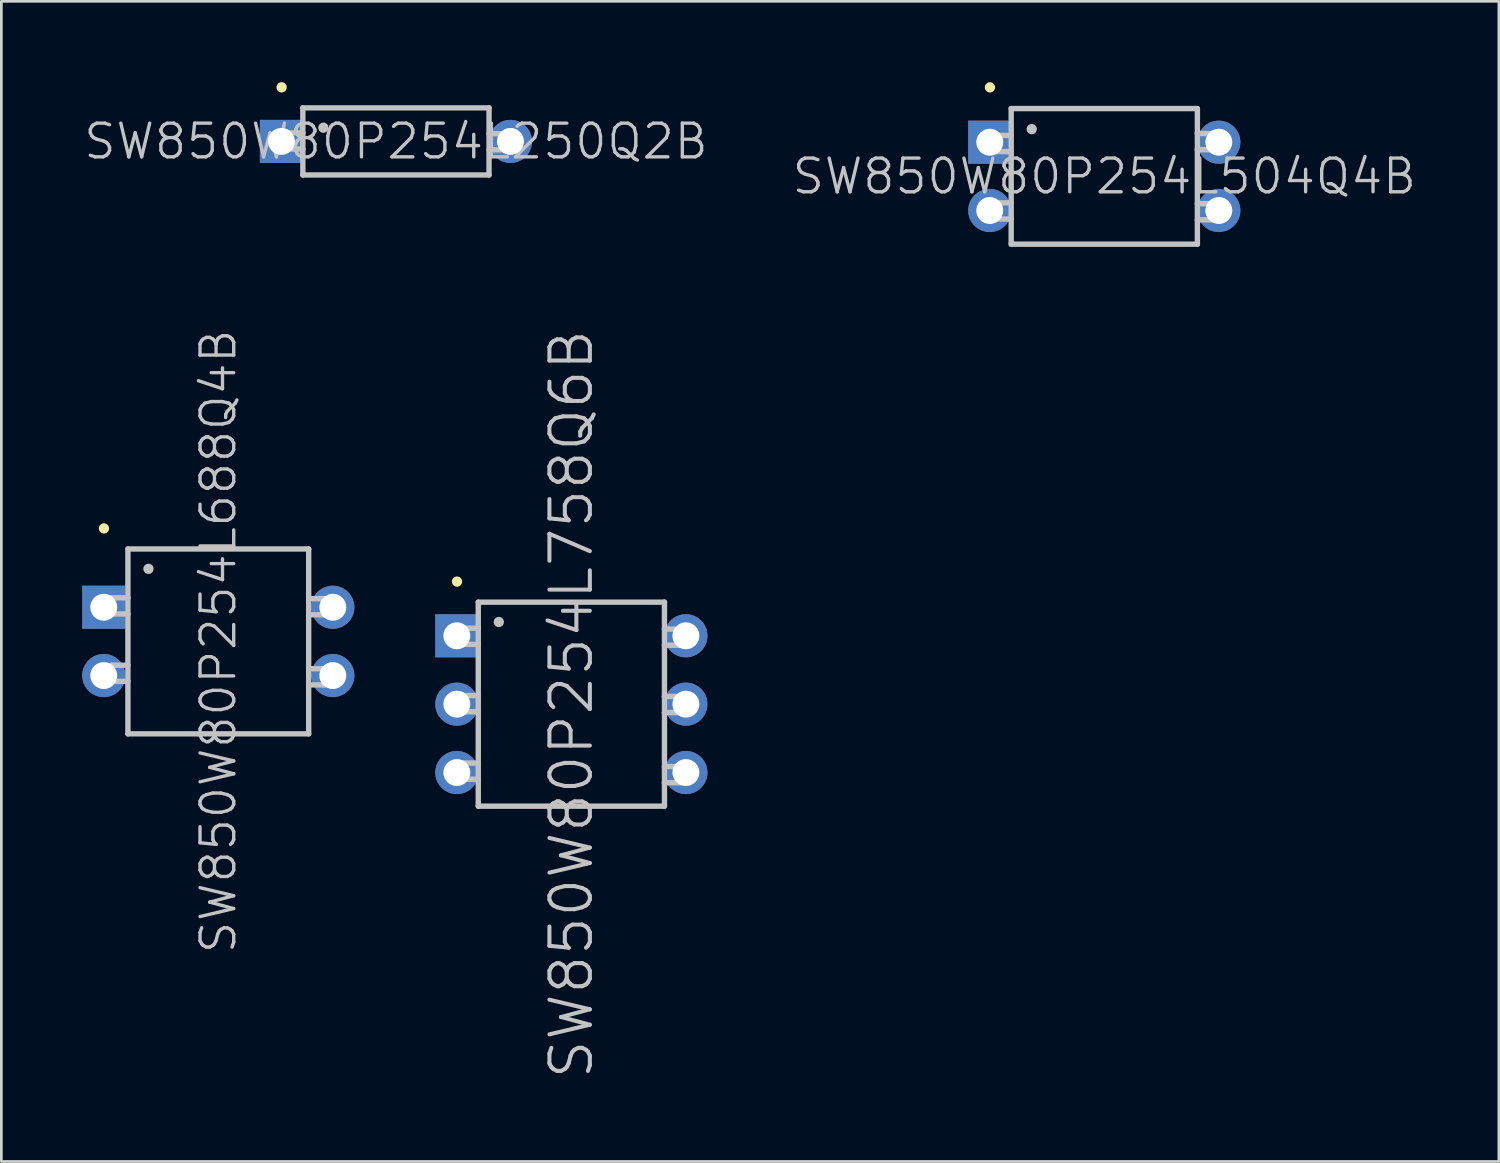
<source format=kicad_pcb>
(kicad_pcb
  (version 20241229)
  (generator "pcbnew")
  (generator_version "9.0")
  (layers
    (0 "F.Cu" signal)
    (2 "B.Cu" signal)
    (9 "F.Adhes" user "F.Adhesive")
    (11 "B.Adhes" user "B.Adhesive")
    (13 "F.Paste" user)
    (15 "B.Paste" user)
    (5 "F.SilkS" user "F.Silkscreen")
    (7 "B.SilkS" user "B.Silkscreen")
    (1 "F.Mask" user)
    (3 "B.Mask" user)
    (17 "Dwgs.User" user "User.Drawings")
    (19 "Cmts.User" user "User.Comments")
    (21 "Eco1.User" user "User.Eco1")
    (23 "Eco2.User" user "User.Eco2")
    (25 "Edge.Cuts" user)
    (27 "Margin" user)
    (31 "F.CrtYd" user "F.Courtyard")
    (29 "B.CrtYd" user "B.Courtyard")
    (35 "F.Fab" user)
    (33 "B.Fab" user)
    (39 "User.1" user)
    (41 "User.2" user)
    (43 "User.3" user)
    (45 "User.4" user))
  (footprint "SW850W80P254L504Q4B"
    (layer "F.Cu")
    (at 37.92 3.493)
    (property "Reference" "SW850W80P254L504Q4B" (at 0 0 0) (layer "Dwgs.User") (effects (font (size 1.25 1.25) (thickness 0.125))))
    (attr through_hole)
    (fp_line (start -4.242 -3.302) (end -4.242 -3.302) (stroke (width 0.381) (type solid)) (layer "F.SilkS"))
    (fp_line (start -4.056 -1.519) (end -4.056 -0.919) (stroke (width 0.2) (type solid)) (layer "Dwgs.User"))
    (fp_line (start -4.056 -0.919) (end -3.457 -0.919) (stroke (width 0.2) (type solid)) (layer "Dwgs.User"))
    (fp_line (start -4.056 0.983) (end -4.056 1.582) (stroke (width 0.2) (type solid)) (layer "Dwgs.User"))
    (fp_line (start -4.056 1.582) (end -3.457 1.582) (stroke (width 0.2) (type solid)) (layer "Dwgs.User"))
    (fp_line (start -3.457 -1.519) (end -4.056 -1.519) (stroke (width 0.2) (type solid)) (layer "Dwgs.User"))
    (fp_line (start -3.457 0.983) (end -4.056 0.983) (stroke (width 0.2) (type solid)) (layer "Dwgs.User"))
    (fp_line (start -3.454 -2.515) (end -3.454 2.515) (stroke (width 0.2) (type solid)) (layer "Dwgs.User"))
    (fp_line (start -3.454 -2.515) (end 3.454 -2.515) (stroke (width 0.2) (type solid)) (layer "Dwgs.User"))
    (fp_line (start -3.454 2.515) (end 3.454 2.515) (stroke (width 0.2) (type solid)) (layer "Dwgs.User"))
    (fp_line (start -2.692 -1.753) (end -2.692 -1.753) (stroke (width 0.381) (type solid)) (layer "Dwgs.User"))
    (fp_line (start 3.452 -0.988) (end 4.051 -0.988) (stroke (width 0.2) (type solid)) (layer "Dwgs.User"))
    (fp_line (start 3.452 1.613) (end 4.051 1.613) (stroke (width 0.2) (type solid)) (layer "Dwgs.User"))
    (fp_line (start 3.454 -2.515) (end 3.454 2.515) (stroke (width 0.2) (type solid)) (layer "Dwgs.User"))
    (fp_line (start 4.051 -1.587) (end 3.452 -1.587) (stroke (width 0.2) (type solid)) (layer "Dwgs.User"))
    (fp_line (start 4.051 -0.988) (end 4.051 -1.587) (stroke (width 0.2) (type solid)) (layer "Dwgs.User"))
    (fp_line (start 4.051 1.013) (end 3.452 1.013) (stroke (width 0.2) (type solid)) (layer "Dwgs.User"))
    (fp_line (start 4.051 1.613) (end 4.051 1.013) (stroke (width 0.2) (type solid)) (layer "Dwgs.User"))
    (pad "1" thru_hole rect (at -4.249 -1.267 180) (size 1.6 1.6) (drill 1) (layers "*.Cu" "*.Mask"))
    (pad "2" thru_hole circle (at -4.249 1.267 180) (size 1.6 1.6) (drill 1) (layers "*.Cu" "*.Mask"))
    (pad "3" thru_hole circle (at 4.249 1.267 180) (size 1.6 1.6) (drill 1) (layers "*.Cu" "*.Mask"))
    (pad "4" thru_hole circle (at 4.249 -1.267 180) (size 1.6 1.6) (drill 1) (layers "*.Cu" "*.Mask")))
  (footprint "SW850W80P254L250Q2B"
    (layer "F.Cu")
    (at 11.64 2.197)
    (property "Reference" "SW850W80P254L250Q2B" (at 0 0 0) (layer "Dwgs.User") (effects (font (size 1.25 1.25) (thickness 0.125))))
    (attr through_hole)
    (fp_line (start -4.242 -2.007) (end -4.242 -2.007) (stroke (width 0.381) (type solid)) (layer "F.SilkS"))
    (fp_line (start -4.051 -0.32) (end -4.051 0.279) (stroke (width 0.2) (type solid)) (layer "Dwgs.User"))
    (fp_line (start -4.051 0.279) (end -3.452 0.279) (stroke (width 0.2) (type solid)) (layer "Dwgs.User"))
    (fp_line (start -3.454 -1.245) (end -3.454 1.245) (stroke (width 0.2) (type solid)) (layer "Dwgs.User"))
    (fp_line (start -3.454 -1.245) (end 3.454 -1.245) (stroke (width 0.2) (type solid)) (layer "Dwgs.User"))
    (fp_line (start -3.454 1.245) (end 3.454 1.245) (stroke (width 0.2) (type solid)) (layer "Dwgs.User"))
    (fp_line (start -3.452 -0.32) (end -4.051 -0.32) (stroke (width 0.2) (type solid)) (layer "Dwgs.User"))
    (fp_line (start -2.692 -0.508) (end -2.692 -0.508) (stroke (width 0.381) (type solid)) (layer "Dwgs.User"))
    (fp_line (start 3.454 -1.245) (end 3.454 1.245) (stroke (width 0.2) (type solid)) (layer "Dwgs.User"))
    (fp_line (start 3.454 0.312) (end 4.054 0.312) (stroke (width 0.2) (type solid)) (layer "Dwgs.User"))
    (fp_line (start 4.054 -0.287) (end 3.454 -0.287) (stroke (width 0.2) (type solid)) (layer "Dwgs.User"))
    (fp_line (start 4.054 0.312) (end 4.054 -0.287) (stroke (width 0.2) (type solid)) (layer "Dwgs.User"))
    (pad "1" thru_hole rect (at -4.249 0 180) (size 1.6 1.6) (drill 1) (layers "*.Cu" "*.Mask"))
    (pad "2" thru_hole circle (at 4.249 0 180) (size 1.6 1.6) (drill 1) (layers "*.Cu" "*.Mask")))
  (footprint "SW850W80P254L758Q6B"
    (layer "F.Cu")
    (at 18.148 23.075)
    (property "Reference" "SW850W80P254L758Q6B" (at 0 0 90) (layer "Dwgs.User") (effects (font (size 1.5 1.5) (thickness 0.15))))
    (attr through_hole)
    (fp_line (start -4.242 -4.547) (end -4.242 -4.547) (stroke (width 0.381) (type solid)) (layer "F.SilkS"))
    (fp_line (start -4.056 -0.318) (end -4.056 0.282) (stroke (width 0.2) (type solid)) (layer "Dwgs.User"))
    (fp_line (start -4.056 0.282) (end -3.457 0.282) (stroke (width 0.2) (type solid)) (layer "Dwgs.User"))
    (fp_line (start -4.056 2.184) (end -4.056 2.784) (stroke (width 0.2) (type solid)) (layer "Dwgs.User"))
    (fp_line (start -4.056 2.784) (end -3.457 2.784) (stroke (width 0.2) (type solid)) (layer "Dwgs.User"))
    (fp_line (start -4.054 -2.817) (end -4.054 -2.217) (stroke (width 0.2) (type solid)) (layer "Dwgs.User"))
    (fp_line (start -4.054 -2.217) (end -3.454 -2.217) (stroke (width 0.2) (type solid)) (layer "Dwgs.User"))
    (fp_line (start -3.457 -0.318) (end -4.056 -0.318) (stroke (width 0.2) (type solid)) (layer "Dwgs.User"))
    (fp_line (start -3.457 2.184) (end -4.056 2.184) (stroke (width 0.2) (type solid)) (layer "Dwgs.User"))
    (fp_line (start -3.454 -3.785) (end -3.454 3.785) (stroke (width 0.2) (type solid)) (layer "Dwgs.User"))
    (fp_line (start -3.454 -3.785) (end 3.454 -3.785) (stroke (width 0.2) (type solid)) (layer "Dwgs.User"))
    (fp_line (start -3.454 -2.817) (end -4.054 -2.817) (stroke (width 0.2) (type solid)) (layer "Dwgs.User"))
    (fp_line (start -3.454 3.785) (end 3.454 3.785) (stroke (width 0.2) (type solid)) (layer "Dwgs.User"))
    (fp_line (start -2.692 -3.048) (end -2.692 -3.048) (stroke (width 0.381) (type solid)) (layer "Dwgs.User"))
    (fp_line (start 3.452 -2.187) (end 4.051 -2.187) (stroke (width 0.2) (type solid)) (layer "Dwgs.User"))
    (fp_line (start 3.452 0.312) (end 4.051 0.312) (stroke (width 0.2) (type solid)) (layer "Dwgs.User"))
    (fp_line (start 3.452 2.913) (end 4.051 2.913) (stroke (width 0.2) (type solid)) (layer "Dwgs.User"))
    (fp_line (start 3.454 -3.785) (end 3.454 3.785) (stroke (width 0.2) (type solid)) (layer "Dwgs.User"))
    (fp_line (start 4.051 -2.786) (end 3.452 -2.786) (stroke (width 0.2) (type solid)) (layer "Dwgs.User"))
    (fp_line (start 4.051 -2.187) (end 4.051 -2.786) (stroke (width 0.2) (type solid)) (layer "Dwgs.User"))
    (fp_line (start 4.051 -0.287) (end 3.452 -0.287) (stroke (width 0.2) (type solid)) (layer "Dwgs.User"))
    (fp_line (start 4.051 0.312) (end 4.051 -0.287) (stroke (width 0.2) (type solid)) (layer "Dwgs.User"))
    (fp_line (start 4.051 2.314) (end 3.452 2.314) (stroke (width 0.2) (type solid)) (layer "Dwgs.User"))
    (fp_line (start 4.051 2.913) (end 4.051 2.314) (stroke (width 0.2) (type solid)) (layer "Dwgs.User"))
    (pad "1" thru_hole rect (at -4.249 -2.537 180) (size 1.6 1.6) (drill 1) (layers "*.Cu" "*.Mask"))
    (pad "2" thru_hole circle (at -4.249 0 180) (size 1.6 1.6) (drill 1) (layers "*.Cu" "*.Mask"))
    (pad "3" thru_hole circle (at -4.249 2.537 180) (size 1.6 1.6) (drill 1) (layers "*.Cu" "*.Mask"))
    (pad "4" thru_hole circle (at 4.249 2.537 180) (size 1.6 1.6) (drill 1) (layers "*.Cu" "*.Mask"))
    (pad "5" thru_hole circle (at 4.249 0 180) (size 1.6 1.6) (drill 1) (layers "*.Cu" "*.Mask"))
    (pad "6" thru_hole circle (at 4.249 -2.537 180) (size 1.6 1.6) (drill 1) (layers "*.Cu" "*.Mask")))
  (footprint "SW850W80P254L688Q4B"
    (layer "F.Cu")
    (at 5.049 20.747)
    (property "Reference" "SW850W80P254L688Q4B" (at 0 0 90) (layer "Dwgs.User") (effects (font (size 1.25 1.25) (thickness 0.125))))
    (attr through_hole)
    (fp_line (start -4.242 -4.191) (end -4.242 -4.191) (stroke (width 0.381) (type solid)) (layer "F.SilkS"))
    (fp_line (start -3.955 -1.618) (end -3.955 -1.019) (stroke (width 0.2) (type solid)) (layer "Dwgs.User"))
    (fp_line (start -3.955 -1.019) (end -3.355 -1.019) (stroke (width 0.2) (type solid)) (layer "Dwgs.User"))
    (fp_line (start -3.955 0.884) (end -3.955 1.483) (stroke (width 0.2) (type solid)) (layer "Dwgs.User"))
    (fp_line (start -3.955 1.483) (end -3.355 1.483) (stroke (width 0.2) (type solid)) (layer "Dwgs.User"))
    (fp_line (start -3.355 -1.618) (end -3.955 -1.618) (stroke (width 0.2) (type solid)) (layer "Dwgs.User"))
    (fp_line (start -3.355 0.884) (end -3.955 0.884) (stroke (width 0.2) (type solid)) (layer "Dwgs.User"))
    (fp_line (start -3.353 -3.429) (end -3.353 3.429) (stroke (width 0.2) (type solid)) (layer "Dwgs.User"))
    (fp_line (start -3.353 -3.429) (end 3.353 -3.429) (stroke (width 0.2) (type solid)) (layer "Dwgs.User"))
    (fp_line (start -3.353 3.429) (end 3.353 3.429) (stroke (width 0.2) (type solid)) (layer "Dwgs.User"))
    (fp_line (start -2.591 -2.692) (end -2.591 -2.692) (stroke (width 0.381) (type solid)) (layer "Dwgs.User"))
    (fp_line (start 3.353 -3.429) (end 3.353 3.429) (stroke (width 0.2) (type solid)) (layer "Dwgs.User"))
    (fp_line (start 3.353 -0.988) (end 3.952 -0.988) (stroke (width 0.2) (type solid)) (layer "Dwgs.User"))
    (fp_line (start 3.353 1.613) (end 3.952 1.613) (stroke (width 0.2) (type solid)) (layer "Dwgs.User"))
    (fp_line (start 3.952 -1.587) (end 3.353 -1.587) (stroke (width 0.2) (type solid)) (layer "Dwgs.User"))
    (fp_line (start 3.952 -0.988) (end 3.952 -1.587) (stroke (width 0.2) (type solid)) (layer "Dwgs.User"))
    (fp_line (start 3.952 1.013) (end 3.353 1.013) (stroke (width 0.2) (type solid)) (layer "Dwgs.User"))
    (fp_line (start 3.952 1.613) (end 3.952 1.013) (stroke (width 0.2) (type solid)) (layer "Dwgs.User"))
    (pad "1" thru_hole rect (at -4.249 -1.267 180) (size 1.6 1.6) (drill 1) (layers "*.Cu" "*.Mask"))
    (pad "2" thru_hole circle (at -4.249 1.267 180) (size 1.6 1.6) (drill 1) (layers "*.Cu" "*.Mask"))
    (pad "3" thru_hole circle (at 4.249 1.267 180) (size 1.6 1.6) (drill 1) (layers "*.Cu" "*.Mask"))
    (pad "4" thru_hole circle (at 4.249 -1.267 180) (size 1.6 1.6) (drill 1) (layers "*.Cu" "*.Mask")))
  (gr_rect
    (start -3 -3)
    (end 52.56 40.043)
    (stroke (width 0.1) (type default))
    (fill no)
    (layer "Edge.Cuts")))
</source>
